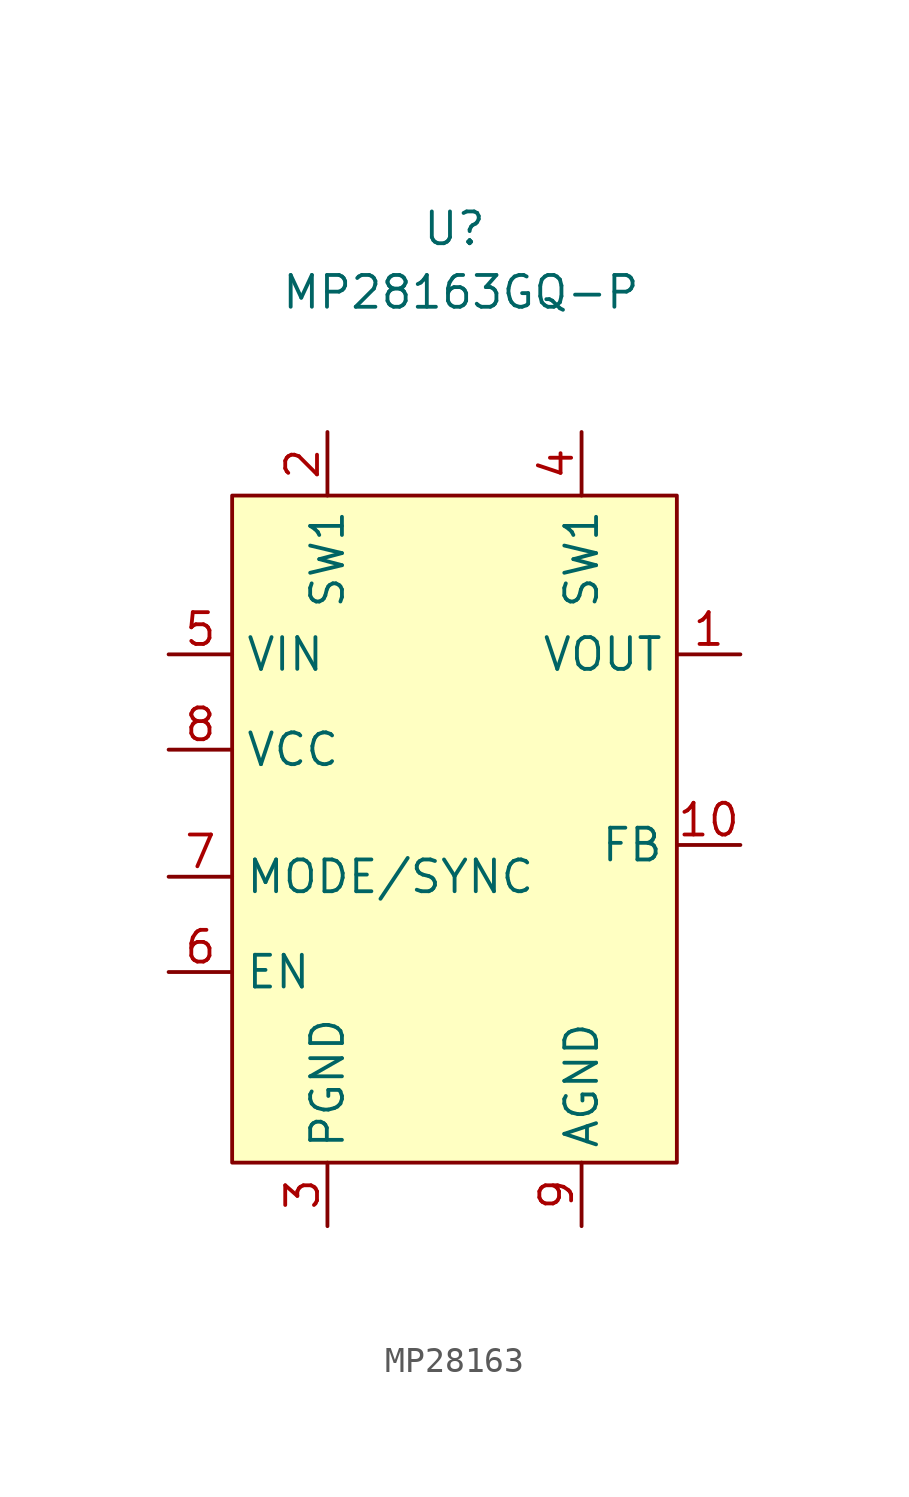
<source format=kicad_sym>
(kicad_symbol_lib
  (version 20241209)
  (generator "kicad_symbol_editor")
  (generator_version "9.0")
  (symbol "MP28163"
    (property "Reference" "U"
      (at 8.89 10.668 0)
      (effects (font (size 1.27 1.27))))
    (property "Value" "MP28163GQ-P"
      (at 9.144 8.128 0)
      (effects (font (size 1.27 1.27))))
    (symbol "MP28163_1_1"
      (rectangle (start 0 0) (end 17.78 -26.67) (stroke (width 0) (type solid)) (fill (type background)))
      (pin power_in line (at -2.54 -6.35 0) (length 2.54) (name "VIN" (effects (font (size 1.27 1.27)))) (number "5" (effects (font (size 1.27 1.27)))))
      (pin power_in line (at -2.54 -10.16 0) (length 2.54) (name "VCC" (effects (font (size 1.27 1.27)))) (number "8" (effects (font (size 1.27 1.27)))))
      (pin input line (at -2.54 -15.24 0) (length 2.54) (name "MODE/SYNC" (effects (font (size 1.27 1.27)))) (number "7" (effects (font (size 1.27 1.27)))))
      (pin input line (at -2.54 -19.05 0) (length 2.54) (name "EN" (effects (font (size 1.27 1.27)))) (number "6" (effects (font (size 1.27 1.27)))))
      (pin input line (at 3.81 2.54 270) (length 2.54) (name "SW1" (effects (font (size 1.27 1.27)))) (number "2" (effects (font (size 1.27 1.27)))))
      (pin power_in line (at 3.81 -29.21 90) (length 2.54) (name "PGND" (effects (font (size 1.27 1.27)))) (number "3" (effects (font (size 1.27 1.27)))))
      (pin input line (at 13.97 2.54 270) (length 2.54) (name "SW1" (effects (font (size 1.27 1.27)))) (number "4" (effects (font (size 1.27 1.27)))))
      (pin power_in line (at 13.97 -29.21 90) (length 2.54) (name "AGND" (effects (font (size 1.27 1.27)))) (number "9" (effects (font (size 1.27 1.27)))))
      (pin power_out line (at 20.32 -6.35 180) (length 2.54) (name "VOUT" (effects (font (size 1.27 1.27)))) (number "1" (effects (font (size 1.27 1.27)))))
      (pin output line (at 20.32 -13.97 180) (length 2.54) (name "FB" (effects (font (size 1.27 1.27)))) (number "10" (effects (font (size 1.27 1.27))))))))
</source>
